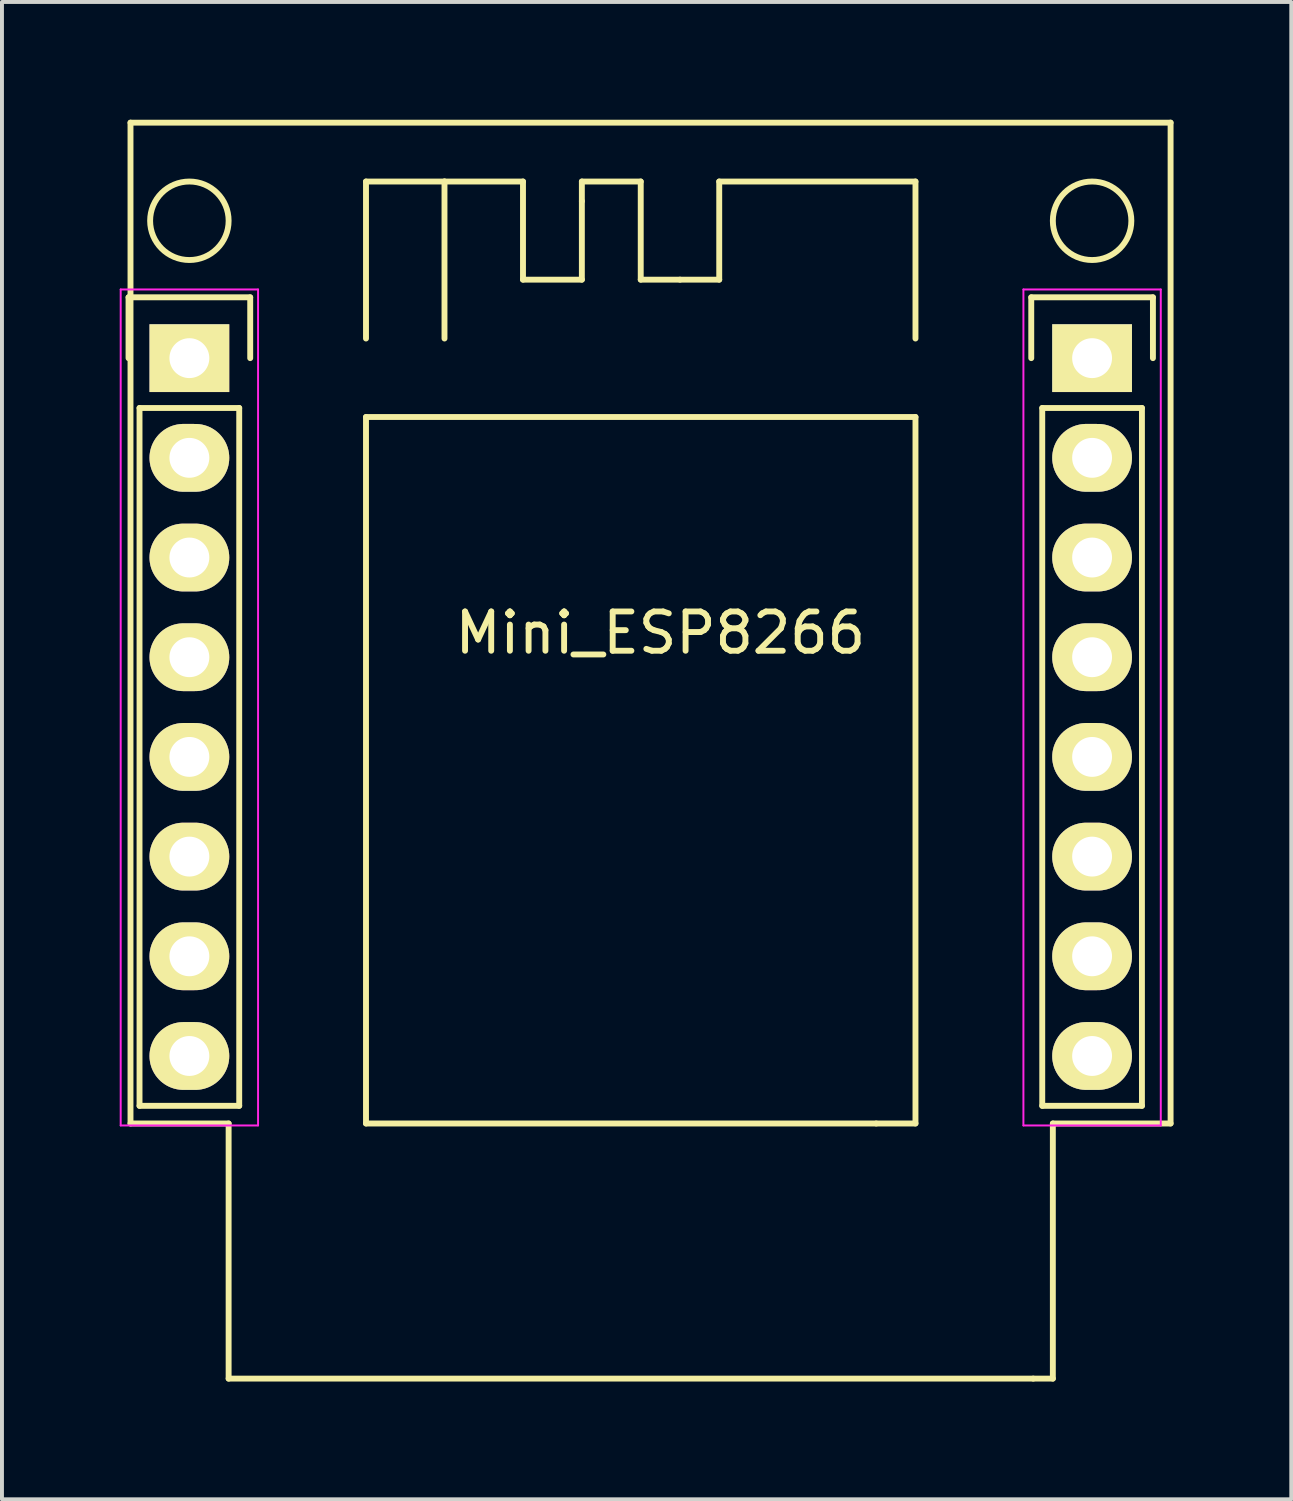
<source format=kicad_pcb>
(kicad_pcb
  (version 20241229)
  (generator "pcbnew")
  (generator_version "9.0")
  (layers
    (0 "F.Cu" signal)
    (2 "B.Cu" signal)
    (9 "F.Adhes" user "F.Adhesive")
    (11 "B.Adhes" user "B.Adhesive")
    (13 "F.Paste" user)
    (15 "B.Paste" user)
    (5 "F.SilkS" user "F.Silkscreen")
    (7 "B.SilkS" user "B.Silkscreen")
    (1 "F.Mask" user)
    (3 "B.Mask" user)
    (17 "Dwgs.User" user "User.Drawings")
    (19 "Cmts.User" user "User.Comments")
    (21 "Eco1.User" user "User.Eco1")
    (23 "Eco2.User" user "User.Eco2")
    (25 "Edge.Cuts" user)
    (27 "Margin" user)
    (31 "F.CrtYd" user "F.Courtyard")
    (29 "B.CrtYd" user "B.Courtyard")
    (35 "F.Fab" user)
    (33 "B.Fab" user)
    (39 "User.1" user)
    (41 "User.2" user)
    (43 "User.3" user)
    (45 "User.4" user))
  (footprint "Mini_ESP8266"
    (layer "F.Cu")
    (at 13.275 7.075)
    (property "Reference" "Mini_ESP8266" (at 0.5 6 0) (layer "F.SilkS") (effects (font (size 1 1) (thickness 0.15))))
    (attr through_hole)
    (fp_line (start -13.05 -2.55) (end -9.95 -2.55) (stroke (width 0.15) (type solid)) (layer "F.SilkS"))
    (fp_line (start -13.05 -1) (end -13.05 -2.55) (stroke (width 0.15) (type solid)) (layer "F.SilkS"))
    (fp_line (start -13 -7) (end -13 18.5) (stroke (width 0.15) (type solid)) (layer "F.SilkS"))
    (fp_line (start -13 18.5) (end -10.5 18.5) (stroke (width 0.15) (type solid)) (layer "F.SilkS"))
    (fp_line (start -12.77 18.05) (end -12.77 0.27) (stroke (width 0.15) (type solid)) (layer "F.SilkS"))
    (fp_line (start -10.5 18.5) (end -10.5 25) (stroke (width 0.15) (type solid)) (layer "F.SilkS"))
    (fp_line (start -10.5 25) (end 10 25) (stroke (width 0.15) (type solid)) (layer "F.SilkS"))
    (fp_line (start -10.23 0.27) (end -12.77 0.27) (stroke (width 0.15) (type solid)) (layer "F.SilkS"))
    (fp_line (start -10.23 0.27) (end -10.23 18.05) (stroke (width 0.15) (type solid)) (layer "F.SilkS"))
    (fp_line (start -10.23 18.05) (end -12.77 18.05) (stroke (width 0.15) (type solid)) (layer "F.SilkS"))
    (fp_line (start -9.95 -2.55) (end -9.95 -1) (stroke (width 0.15) (type solid)) (layer "F.SilkS"))
    (fp_line (start -7 -5.5) (end -5 -5.5) (stroke (width 0.15) (type solid)) (layer "F.SilkS"))
    (fp_line (start -7 -1.5) (end -7 -5.5) (stroke (width 0.15) (type solid)) (layer "F.SilkS"))
    (fp_line (start -7 0.5) (end -7 18.5) (stroke (width 0.15) (type solid)) (layer "F.SilkS"))
    (fp_line (start -7 18.5) (end 6 18.5) (stroke (width 0.15) (type solid)) (layer "F.SilkS"))
    (fp_line (start -5 -5.5) (end -5 -1.5) (stroke (width 0.15) (type solid)) (layer "F.SilkS"))
    (fp_line (start -5 -5.5) (end -3 -5.5) (stroke (width 0.15) (type solid)) (layer "F.SilkS"))
    (fp_line (start -3 -5.5) (end -3 -3) (stroke (width 0.15) (type solid)) (layer "F.SilkS"))
    (fp_line (start -3 -3) (end -1.5 -3) (stroke (width 0.15) (type solid)) (layer "F.SilkS"))
    (fp_line (start -1.5 -5.5) (end 0 -5.5) (stroke (width 0.15) (type solid)) (layer "F.SilkS"))
    (fp_line (start -1.5 -5) (end -1.5 -5.5) (stroke (width 0.15) (type solid)) (layer "F.SilkS"))
    (fp_line (start -1.5 -3) (end -1.5 -5) (stroke (width 0.15) (type solid)) (layer "F.SilkS"))
    (fp_line (start 0 -5.5) (end 0 -3) (stroke (width 0.15) (type solid)) (layer "F.SilkS"))
    (fp_line (start 0 -3) (end 1 -3) (stroke (width 0.15) (type solid)) (layer "F.SilkS"))
    (fp_line (start 1 -3) (end 2 -3) (stroke (width 0.15) (type solid)) (layer "F.SilkS"))
    (fp_line (start 2 -5.5) (end 7 -5.5) (stroke (width 0.15) (type solid)) (layer "F.SilkS"))
    (fp_line (start 2 -3) (end 2 -5.5) (stroke (width 0.15) (type solid)) (layer "F.SilkS"))
    (fp_line (start 6 18.5) (end 7 18.5) (stroke (width 0.15) (type solid)) (layer "F.SilkS"))
    (fp_line (start 7 -5.5) (end 7 -1.5) (stroke (width 0.15) (type solid)) (layer "F.SilkS"))
    (fp_line (start 7 0.5) (end -7 0.5) (stroke (width 0.15) (type solid)) (layer "F.SilkS"))
    (fp_line (start 7 18.5) (end 7 0.5) (stroke (width 0.15) (type solid)) (layer "F.SilkS"))
    (fp_line (start 9.95 -2.55) (end 13.05 -2.55) (stroke (width 0.15) (type solid)) (layer "F.SilkS"))
    (fp_line (start 9.95 -1) (end 9.95 -2.55) (stroke (width 0.15) (type solid)) (layer "F.SilkS"))
    (fp_line (start 10.23 18.05) (end 10.23 0.27) (stroke (width 0.15) (type solid)) (layer "F.SilkS"))
    (fp_line (start 10.5 25) (end 10 25) (stroke (width 0.15) (type solid)) (layer "F.SilkS"))
    (fp_line (start 10.5 25) (end 10.5 18.5) (stroke (width 0.15) (type solid)) (layer "F.SilkS"))
    (fp_line (start 12.77 0.27) (end 10.23 0.27) (stroke (width 0.15) (type solid)) (layer "F.SilkS"))
    (fp_line (start 12.77 0.27) (end 12.77 18.05) (stroke (width 0.15) (type solid)) (layer "F.SilkS"))
    (fp_line (start 12.77 18.05) (end 10.23 18.05) (stroke (width 0.15) (type solid)) (layer "F.SilkS"))
    (fp_line (start 13.05 -2.55) (end 13.05 -1) (stroke (width 0.15) (type solid)) (layer "F.SilkS"))
    (fp_line (start 13.5 -7) (end -13 -7) (stroke (width 0.15) (type solid)) (layer "F.SilkS"))
    (fp_line (start 13.5 18.5) (end 10.5 18.5) (stroke (width 0.15) (type solid)) (layer "F.SilkS"))
    (fp_line (start 13.5 18.5) (end 13.5 -7) (stroke (width 0.15) (type solid)) (layer "F.SilkS"))
    (fp_circle (center -11.5 -4.5) (end -10.5 -4.5) (stroke (width 0.15) (type solid)) (fill no) (layer "F.SilkS"))
    (fp_circle (center 11.5 -4.5) (end 12.5 -4.5) (stroke (width 0.15) (type solid)) (fill no) (layer "F.SilkS"))
    (fp_line (start -13.25 -2.75) (end -13.25 18.55) (stroke (width 0.05) (type solid)) (layer "F.CrtYd"))
    (fp_line (start -13.25 -2.75) (end -9.75 -2.75) (stroke (width 0.05) (type solid)) (layer "F.CrtYd"))
    (fp_line (start -13.25 18.55) (end -9.75 18.55) (stroke (width 0.05) (type solid)) (layer "F.CrtYd"))
    (fp_line (start -9.75 -2.75) (end -9.75 18.55) (stroke (width 0.05) (type solid)) (layer "F.CrtYd"))
    (fp_line (start 9.75 -2.75) (end 9.75 18.55) (stroke (width 0.05) (type solid)) (layer "F.CrtYd"))
    (fp_line (start 9.75 -2.75) (end 13.25 -2.75) (stroke (width 0.05) (type solid)) (layer "F.CrtYd"))
    (fp_line (start 9.75 18.55) (end 13.25 18.55) (stroke (width 0.05) (type solid)) (layer "F.CrtYd"))
    (fp_line (start 13.25 -2.75) (end 13.25 18.55) (stroke (width 0.05) (type solid)) (layer "F.CrtYd"))
    (pad "1" thru_hole rect (at -11.5 -1) (size 2.032 1.727) (drill 1.016) (layers "*.Cu" "*.Mask" "F.SilkS"))
    (pad "2" thru_hole oval (at -11.5 1.54) (size 2.032 1.727) (drill 1.016) (layers "*.Cu" "*.Mask" "F.SilkS"))
    (pad "3" thru_hole oval (at -11.5 4.08) (size 2.032 1.727) (drill 1.016) (layers "*.Cu" "*.Mask" "F.SilkS"))
    (pad "4" thru_hole oval (at -11.5 6.62) (size 2.032 1.727) (drill 1.016) (layers "*.Cu" "*.Mask" "F.SilkS"))
    (pad "5" thru_hole oval (at -11.5 9.16) (size 2.032 1.727) (drill 1.016) (layers "*.Cu" "*.Mask" "F.SilkS"))
    (pad "6" thru_hole oval (at -11.5 11.7) (size 2.032 1.727) (drill 1.016) (layers "*.Cu" "*.Mask" "F.SilkS"))
    (pad "7" thru_hole oval (at -11.5 14.24) (size 2.032 1.727) (drill 1.016) (layers "*.Cu" "*.Mask" "F.SilkS"))
    (pad "8" thru_hole oval (at -11.5 16.78) (size 2.032 1.727) (drill 1.016) (layers "*.Cu" "*.Mask" "F.SilkS"))
    (pad "9" thru_hole oval (at 11.5 16.78) (size 2.032 1.727) (drill 1.016) (layers "*.Cu" "*.Mask" "F.SilkS"))
    (pad "10" thru_hole oval (at 11.5 14.24) (size 2.032 1.727) (drill 1.016) (layers "*.Cu" "*.Mask" "F.SilkS"))
    (pad "11" thru_hole oval (at 11.5 11.7) (size 2.032 1.727) (drill 1.016) (layers "*.Cu" "*.Mask" "F.SilkS"))
    (pad "12" thru_hole oval (at 11.5 9.16) (size 2.032 1.727) (drill 1.016) (layers "*.Cu" "*.Mask" "F.SilkS"))
    (pad "13" thru_hole oval (at 11.5 6.62) (size 2.032 1.727) (drill 1.016) (layers "*.Cu" "*.Mask" "F.SilkS"))
    (pad "14" thru_hole oval (at 11.5 4.08) (size 2.032 1.727) (drill 1.016) (layers "*.Cu" "*.Mask" "F.SilkS"))
    (pad "15" thru_hole oval (at 11.5 1.54) (size 2.032 1.727) (drill 1.016) (layers "*.Cu" "*.Mask" "F.SilkS"))
    (pad "16" thru_hole rect (at 11.5 -1) (size 2.032 1.727) (drill 1.016) (layers "*.Cu" "*.Mask" "F.SilkS")))
  (gr_rect
    (start -3 -3)
    (end 29.85 35.15)
    (stroke (width 0.1) (type default))
    (fill no)
    (layer "Edge.Cuts")))
</source>
